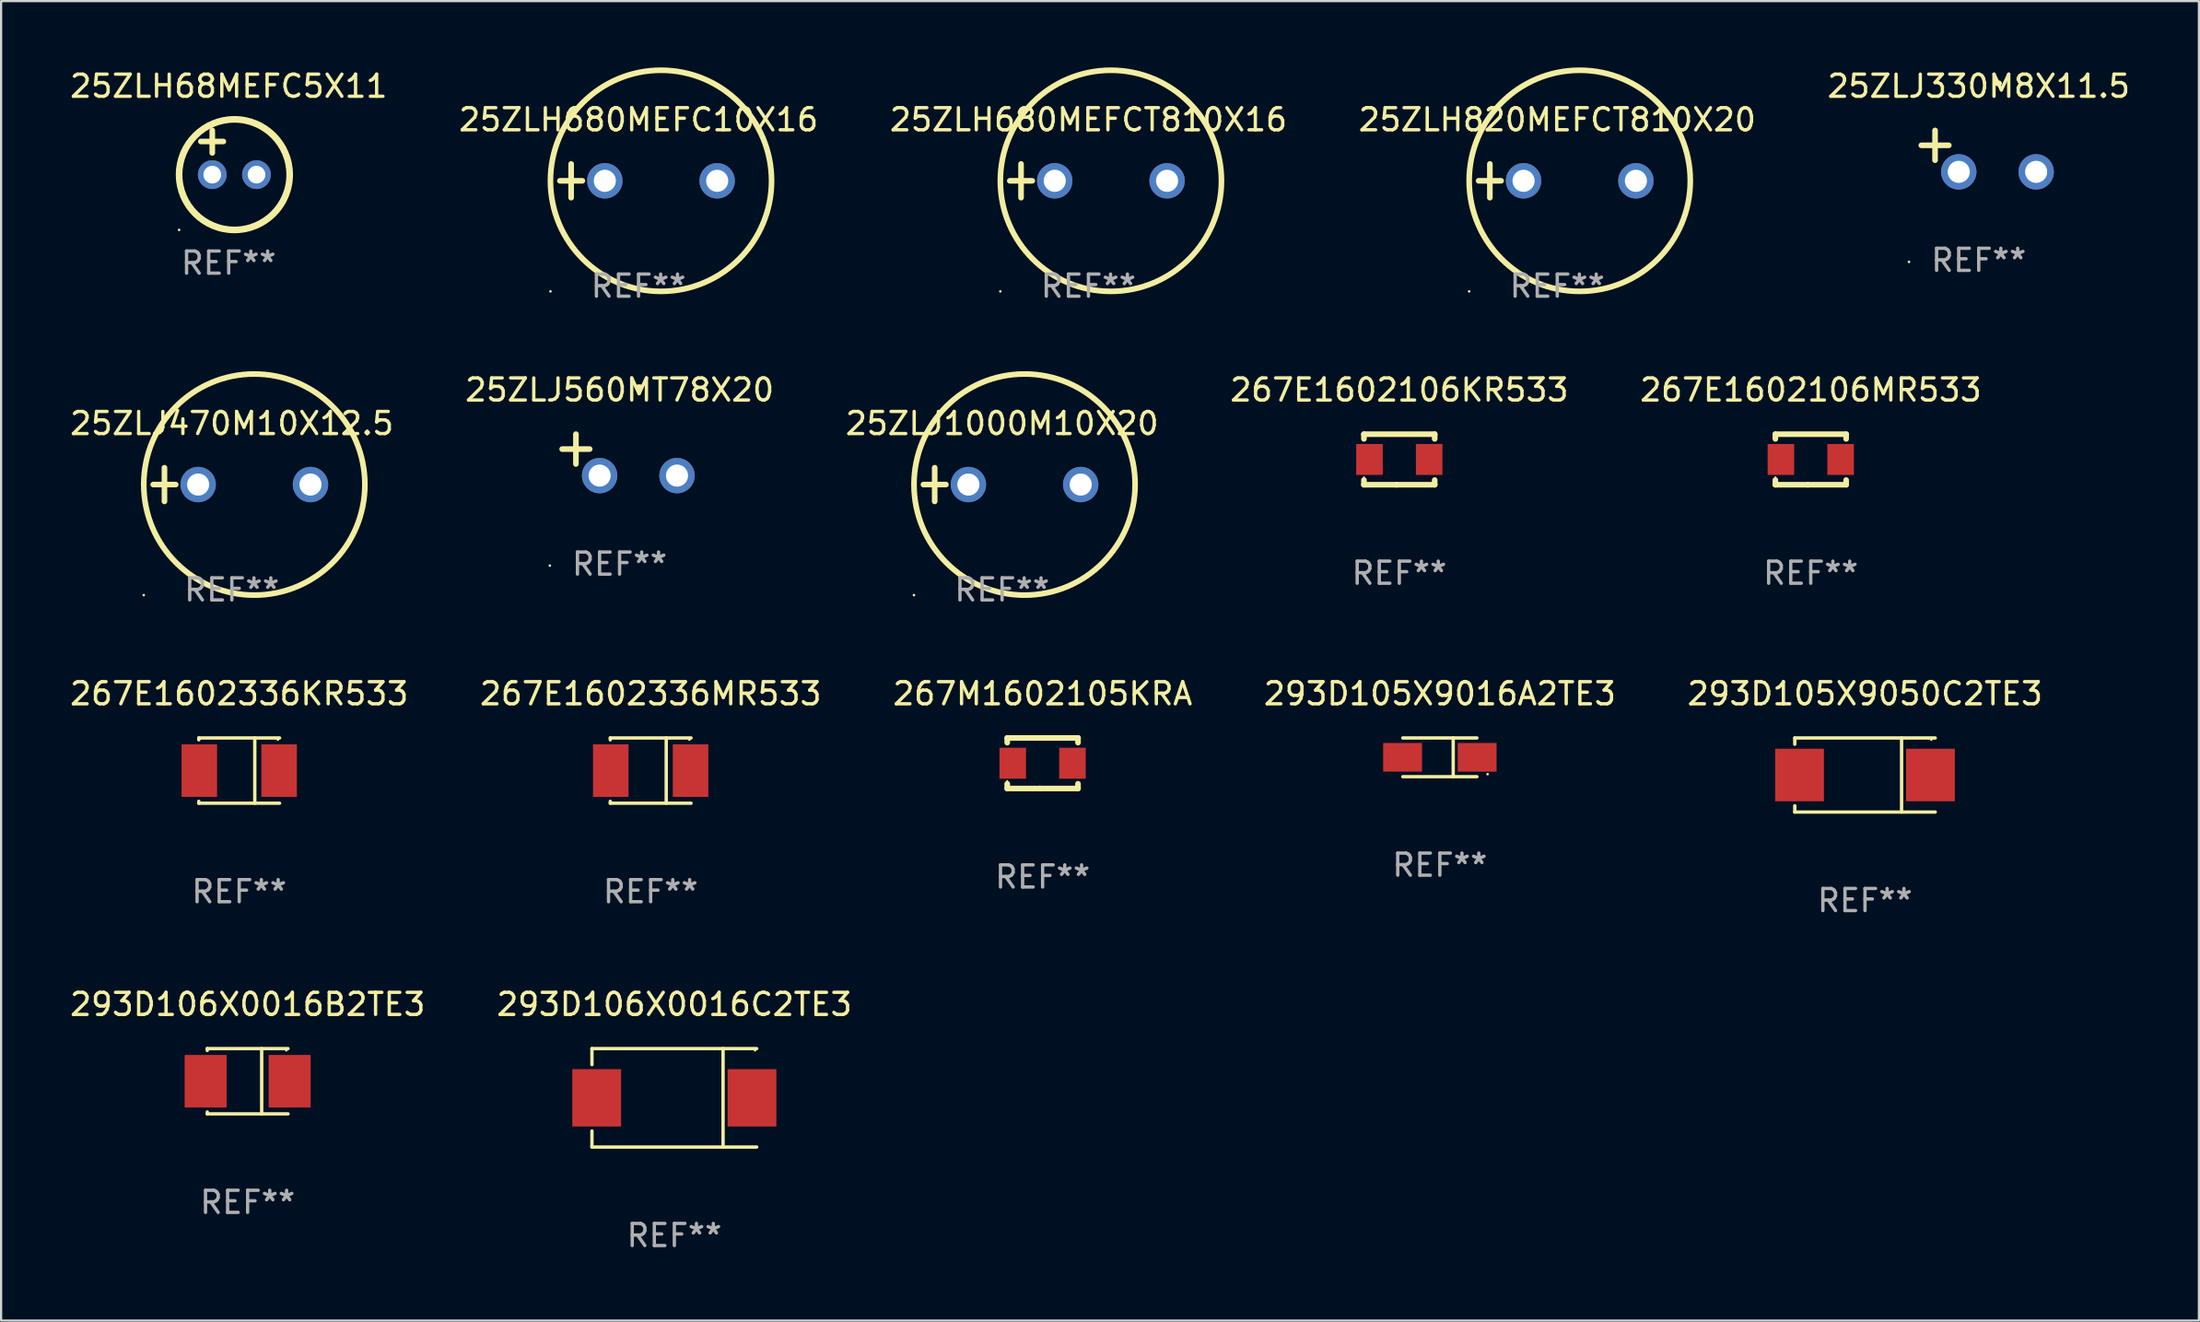
<source format=kicad_pcb>
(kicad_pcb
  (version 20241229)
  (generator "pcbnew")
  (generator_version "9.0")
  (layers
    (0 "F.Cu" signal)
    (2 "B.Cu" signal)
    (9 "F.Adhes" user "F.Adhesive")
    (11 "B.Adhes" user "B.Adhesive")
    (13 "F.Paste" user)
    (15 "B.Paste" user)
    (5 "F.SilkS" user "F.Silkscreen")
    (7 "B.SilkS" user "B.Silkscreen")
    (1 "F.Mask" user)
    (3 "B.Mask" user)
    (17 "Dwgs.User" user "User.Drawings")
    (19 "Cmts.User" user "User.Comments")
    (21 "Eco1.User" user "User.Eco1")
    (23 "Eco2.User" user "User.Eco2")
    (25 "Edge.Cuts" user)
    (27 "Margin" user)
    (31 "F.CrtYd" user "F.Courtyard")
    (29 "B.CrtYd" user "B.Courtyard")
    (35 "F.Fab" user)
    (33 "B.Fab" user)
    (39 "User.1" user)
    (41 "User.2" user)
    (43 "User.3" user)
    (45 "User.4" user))
  (footprint "25ZLJ1000M10X20"
    (layer "F.Cu")
    (at 42.268 18.864)
    (property "Reference" "25ZLJ1000M10X20" (at 0 -2.762 0) (layer "F.SilkS") (effects (font (size 1 1) (thickness 0.15))))
    (attr through_hole)
    (fp_line (start -3.556 0) (end -2.54 0) (stroke (width 0.254) (type solid)) (layer "F.SilkS"))
    (fp_line (start -3.048 -0.762) (end -3.048 0.762) (stroke (width 0.254) (type solid)) (layer "F.SilkS"))
    (fp_circle (center -3.984 5) (end -3.954 5) (stroke (width 0.06) (type solid)) (fill no) (layer "F.SilkS"))
    (fp_circle (center 1.016 0) (end 6.016 0) (stroke (width 0.254) (type solid)) (fill no) (layer "F.SilkS"))
    (fp_text user "REF**" (at 0 4.762 0) (layer "F.Fab") (effects (font (size 1 1) (thickness 0.15))))
    (pad "1" thru_hole circle (at -1.524 0) (size 1.6 1.6) (drill 1) (layers "*.Cu" "*.Mask"))
    (pad "2" thru_hole circle (at 3.556 0) (size 1.6 1.6) (drill 1) (layers "*.Cu" "*.Mask")))
  (footprint "25ZLH820MEFCT810X20"
    (layer "F.Cu")
    (at 67.375 5.127)
    (property "Reference" "25ZLH820MEFCT810X20" (at 0 -2.762 0) (layer "F.SilkS") (effects (font (size 1 1) (thickness 0.15))))
    (attr through_hole)
    (fp_line (start -3.556 0) (end -2.54 0) (stroke (width 0.254) (type solid)) (layer "F.SilkS"))
    (fp_line (start -3.048 -0.762) (end -3.048 0.762) (stroke (width 0.254) (type solid)) (layer "F.SilkS"))
    (fp_circle (center -3.984 5) (end -3.954 5) (stroke (width 0.06) (type solid)) (fill no) (layer "F.SilkS"))
    (fp_circle (center 1.016 0) (end 6.016 0) (stroke (width 0.254) (type solid)) (fill no) (layer "F.SilkS"))
    (fp_text user "REF**" (at 0 4.762 0) (layer "F.Fab") (effects (font (size 1 1) (thickness 0.15))))
    (pad "1" thru_hole circle (at -1.524 0) (size 1.6 1.6) (drill 1) (layers "*.Cu" "*.Mask"))
    (pad "2" thru_hole circle (at 3.556 0) (size 1.6 1.6) (drill 1) (layers "*.Cu" "*.Mask")))
  (footprint "267E1602106MR533"
    (layer "F.Cu")
    (at 78.839 17.729)
    (property "Reference" "267E1602106MR533" (at 0 -3.143 0) (layer "F.SilkS") (effects (font (size 1 1) (thickness 0.15))))
    (attr through_hole)
    (fp_line (start -1.6 1.143) (end -0.128 1.143) (stroke (width 0.254) (type solid)) (layer "F.SilkS"))
    (fp_line (start -1.6 -1.143) (end -1.6 -0.931) (stroke (width 0.254) (type solid)) (layer "F.SilkS"))
    (fp_line (start -1.6 -1.143) (end 1.6 -1.143) (stroke (width 0.254) (type solid)) (layer "F.SilkS"))
    (fp_line (start -1.6 0.931) (end -1.6 1.143) (stroke (width 0.254) (type solid)) (layer "F.SilkS"))
    (fp_line (start -0.128 1.143) (end -0.128 1.143) (stroke (width 0.254) (type solid)) (layer "F.SilkS"))
    (fp_line (start -0.128 1.143) (end 1.6 1.143) (stroke (width 0.254) (type solid)) (layer "F.SilkS"))
    (fp_line (start 1.6 -1.143) (end 1.6 -0.931) (stroke (width 0.254) (type solid)) (layer "F.SilkS"))
    (fp_line (start 1.6 0.931) (end 1.6 1.143) (stroke (width 0.254) (type solid)) (layer "F.SilkS"))
    (fp_circle (center -1.6 0.8) (end -1.58 0.8) (stroke (width 0.04) (type solid)) (fill no) (layer "F.SilkS"))
    (fp_text user "REF**" (at 0 5.143 0) (layer "F.Fab") (effects (font (size 1 1) (thickness 0.15))))
    (pad "1" smd rect (at -1.35 0) (size 1.2 1.4) (layers "F.Cu" "F.Mask" "F.Paste"))
    (pad "2" smd rect (at 1.35 0) (size 1.2 1.4) (layers "F.Cu" "F.Mask" "F.Paste")))
  (footprint "25ZLH68MEFC5X11"
    (layer "F.Cu")
    (at 7.292 3.848)
    (property "Reference" "25ZLH68MEFC5X11" (at 0 -3 0) (layer "F.SilkS") (effects (font (size 1 1) (thickness 0.15))))
    (attr through_hole)
    (fp_line (start -1.258 -0.5) (end -0.242 -0.5) (stroke (width 0.254) (type solid)) (layer "F.SilkS"))
    (fp_line (start -0.742 -1) (end -0.742 0.016) (stroke (width 0.254) (type solid)) (layer "F.SilkS"))
    (fp_circle (center -2.242 3.5) (end -2.212 3.5) (stroke (width 0.06) (type solid)) (fill no) (layer "F.SilkS"))
    (fp_circle (center 0.258 1) (end 2.758 1) (stroke (width 0.3) (type solid)) (fill no) (layer "F.SilkS"))
    (fp_text user "REF**" (at 0 5 0) (layer "F.Fab") (effects (font (size 1 1) (thickness 0.15))))
    (pad "1" thru_hole circle (at -0.742 1) (size 1.3 1.3) (drill 0.8) (layers "*.Cu" "*.Mask"))
    (pad "2" thru_hole circle (at 1.258 1) (size 1.3 1.3) (drill 0.8) (layers "*.Cu" "*.Mask")))
  (footprint "293D106X0016C2TE3"
    (layer "F.Cu")
    (at 27.446 46.598)
    (property "Reference" "293D106X0016C2TE3" (at 0 -4.226 0) (layer "F.SilkS") (effects (font (size 1 1) (thickness 0.15))))
    (attr through_hole)
    (fp_line (start -3.726 -2.226) (end -3.726 -1.499) (stroke (width 0.152) (type solid)) (layer "F.SilkS"))
    (fp_line (start -3.726 -2.226) (end 3.726 -2.226) (stroke (width 0.152) (type solid)) (layer "F.SilkS"))
    (fp_line (start -3.726 2.226) (end -3.726 1.499) (stroke (width 0.152) (type solid)) (layer "F.SilkS"))
    (fp_line (start -3.726 2.226) (end 3.726 2.226) (stroke (width 0.152) (type solid)) (layer "F.SilkS"))
    (fp_line (start 2.204 -2.226) (end 2.204 2.226) (stroke (width 0.152) (type solid)) (layer "F.SilkS"))
    (fp_circle (center 3.65 -2.15) (end 3.68 -2.15) (stroke (width 0.06) (type solid)) (fill no) (layer "F.SilkS"))
    (fp_text user "REF**" (at 0 6.226 0) (layer "F.Fab") (effects (font (size 1 1) (thickness 0.15))))
    (pad "1" smd rect (at 3.511 0) (size 2.207 2.592) (layers "F.Cu" "F.Mask" "F.Paste"))
    (pad "2" smd rect (at -3.511 0) (size 2.207 2.592) (layers "F.Cu" "F.Mask" "F.Paste")))
  (footprint "25ZLJ330M8X11.5"
    (layer "F.Cu")
    (at 86.435 3.785)
    (property "Reference" "25ZLJ330M8X11.5" (at 0 -2.937 0) (layer "F.SilkS") (effects (font (size 1 1) (thickness 0.15))))
    (attr through_hole)
    (fp_line (start -1.975 0.41) (end -1.975 -0.937) (stroke (width 0.254) (type solid)) (layer "F.SilkS"))
    (fp_line (start -1.353 -0.263) (end -2.597 -0.263) (stroke (width 0.254) (type solid)) (layer "F.SilkS"))
    (fp_arc (start 0.849809 -3.063957) (mid 0.885369 -3.064114) (end 0.920929 -3.063957) (stroke (width 0.254001) (type solid)) (layer "F.SilkS"))
    (fp_circle (center -3.154 5.008) (end -3.124 5.008) (stroke (width 0.06) (type solid)) (fill no) (layer "F.SilkS"))
    (fp_text user "REF**" (at 0 4.937 0) (layer "F.Fab") (effects (font (size 1 1) (thickness 0.15))))
    (pad "1" thru_hole circle (at -0.903 0.937) (size 1.6 1.6) (drill 1) (layers "*.Cu" "*.Mask"))
    (pad "2" thru_hole circle (at 2.597 0.937) (size 1.6 1.6) (drill 1) (layers "*.Cu" "*.Mask")))
  (footprint "25ZLJ470M10X12.5"
    (layer "F.Cu")
    (at 7.435 18.864)
    (property "Reference" "25ZLJ470M10X12.5" (at 0 -2.762 0) (layer "F.SilkS") (effects (font (size 1 1) (thickness 0.15))))
    (attr through_hole)
    (fp_line (start -3.556 0) (end -2.54 0) (stroke (width 0.254) (type solid)) (layer "F.SilkS"))
    (fp_line (start -3.048 -0.762) (end -3.048 0.762) (stroke (width 0.254) (type solid)) (layer "F.SilkS"))
    (fp_circle (center -3.984 5) (end -3.954 5) (stroke (width 0.06) (type solid)) (fill no) (layer "F.SilkS"))
    (fp_circle (center 1.016 0) (end 6.016 0) (stroke (width 0.254) (type solid)) (fill no) (layer "F.SilkS"))
    (fp_text user "REF**" (at 0 4.762 0) (layer "F.Fab") (effects (font (size 1 1) (thickness 0.15))))
    (pad "1" thru_hole circle (at -1.524 0) (size 1.6 1.6) (drill 1) (layers "*.Cu" "*.Mask"))
    (pad "2" thru_hole circle (at 3.556 0) (size 1.6 1.6) (drill 1) (layers "*.Cu" "*.Mask")))
  (footprint "267E1602106KR533"
    (layer "F.Cu")
    (at 60.232 17.729)
    (property "Reference" "267E1602106KR533" (at 0 -3.143 0) (layer "F.SilkS") (effects (font (size 1 1) (thickness 0.15))))
    (attr through_hole)
    (fp_line (start -1.6 1.143) (end -0.128 1.143) (stroke (width 0.254) (type solid)) (layer "F.SilkS"))
    (fp_line (start -1.6 -1.143) (end -1.6 -0.931) (stroke (width 0.254) (type solid)) (layer "F.SilkS"))
    (fp_line (start -1.6 -1.143) (end 1.6 -1.143) (stroke (width 0.254) (type solid)) (layer "F.SilkS"))
    (fp_line (start -1.6 0.931) (end -1.6 1.143) (stroke (width 0.254) (type solid)) (layer "F.SilkS"))
    (fp_line (start -0.128 1.143) (end -0.128 1.143) (stroke (width 0.254) (type solid)) (layer "F.SilkS"))
    (fp_line (start -0.128 1.143) (end 1.6 1.143) (stroke (width 0.254) (type solid)) (layer "F.SilkS"))
    (fp_line (start 1.6 -1.143) (end 1.6 -0.931) (stroke (width 0.254) (type solid)) (layer "F.SilkS"))
    (fp_line (start 1.6 0.931) (end 1.6 1.143) (stroke (width 0.254) (type solid)) (layer "F.SilkS"))
    (fp_circle (center -1.6 0.8) (end -1.58 0.8) (stroke (width 0.04) (type solid)) (fill no) (layer "F.SilkS"))
    (fp_text user "REF**" (at 0 5.143 0) (layer "F.Fab") (effects (font (size 1 1) (thickness 0.15))))
    (pad "1" smd rect (at -1.35 0) (size 1.2 1.4) (layers "F.Cu" "F.Mask" "F.Paste"))
    (pad "2" smd rect (at 1.35 0) (size 1.2 1.4) (layers "F.Cu" "F.Mask" "F.Paste")))
  (footprint "293D105X9016A2TE3"
    (layer "F.Cu")
    (at 62.065 31.199)
    (property "Reference" "293D105X9016A2TE3" (at 0 -2.876 0) (layer "F.SilkS") (effects (font (size 1 1) (thickness 0.15))))
    (attr through_hole)
    (fp_line (start -1.676 -0.876) (end 1.676 -0.876) (stroke (width 0.152) (type solid)) (layer "F.SilkS"))
    (fp_line (start -1.676 0.876) (end 1.676 0.876) (stroke (width 0.152) (type solid)) (layer "F.SilkS"))
    (fp_line (start 0.604 -0.876) (end 0.604 0.876) (stroke (width 0.152) (type solid)) (layer "F.SilkS"))
    (fp_circle (center 2.159 0.762) (end 2.189 0.762) (stroke (width 0.06) (type solid)) (fill no) (layer "F.SilkS"))
    (fp_text user "REF**" (at 0 4.876 0) (layer "F.Fab") (effects (font (size 1 1) (thickness 0.15))))
    (pad "1" smd rect (at 1.686 0) (size 1.758 1.296) (layers "F.Cu" "F.Mask" "F.Paste"))
    (pad "2" smd rect (at -1.686 0) (size 1.758 1.296) (layers "F.Cu" "F.Mask" "F.Paste")))
  (footprint "267E1602336MR533"
    (layer "F.Cu")
    (at 26.375 31.799)
    (property "Reference" "267E1602336MR533" (at 0 -3.476 0) (layer "F.SilkS") (effects (font (size 1 1) (thickness 0.15))))
    (attr through_hole)
    (fp_line (start -1.826 -1.476) (end -1.826 -1.391) (stroke (width 0.152) (type solid)) (layer "F.SilkS"))
    (fp_line (start -1.826 -1.476) (end 1.826 -1.476) (stroke (width 0.152) (type solid)) (layer "F.SilkS"))
    (fp_line (start -1.826 1.476) (end -1.826 1.391) (stroke (width 0.152) (type solid)) (layer "F.SilkS"))
    (fp_line (start -1.826 1.476) (end 1.826 1.476) (stroke (width 0.152) (type solid)) (layer "F.SilkS"))
    (fp_line (start 0.704 -1.476) (end 0.704 1.476) (stroke (width 0.152) (type solid)) (layer "F.SilkS"))
    (fp_circle (center 1.75 -1.4) (end 1.78 -1.4) (stroke (width 0.06) (type solid)) (fill no) (layer "F.SilkS"))
    (fp_text user "REF**" (at 0 5.476 0) (layer "F.Fab") (effects (font (size 1 1) (thickness 0.15))))
    (pad "1" smd rect (at 1.804 0) (size 1.607 2.376) (layers "F.Cu" "F.Mask" "F.Paste"))
    (pad "2" smd rect (at -1.804 0) (size 1.607 2.376) (layers "F.Cu" "F.Mask" "F.Paste")))
  (footprint "25ZLH680MEFCT810X16"
    (layer "F.Cu")
    (at 46.173 5.127)
    (property "Reference" "25ZLH680MEFCT810X16" (at 0 -2.762 0) (layer "F.SilkS") (effects (font (size 1 1) (thickness 0.15))))
    (attr through_hole)
    (fp_line (start -3.556 0) (end -2.54 0) (stroke (width 0.254) (type solid)) (layer "F.SilkS"))
    (fp_line (start -3.048 -0.762) (end -3.048 0.762) (stroke (width 0.254) (type solid)) (layer "F.SilkS"))
    (fp_circle (center -3.984 5) (end -3.954 5) (stroke (width 0.06) (type solid)) (fill no) (layer "F.SilkS"))
    (fp_circle (center 1.016 0) (end 6.016 0) (stroke (width 0.254) (type solid)) (fill no) (layer "F.SilkS"))
    (fp_text user "REF**" (at 0 4.762 0) (layer "F.Fab") (effects (font (size 1 1) (thickness 0.15))))
    (pad "1" thru_hole circle (at -1.524 0) (size 1.6 1.6) (drill 1) (layers "*.Cu" "*.Mask"))
    (pad "2" thru_hole circle (at 3.556 0) (size 1.6 1.6) (drill 1) (layers "*.Cu" "*.Mask")))
  (footprint "267E1602336KR533"
    (layer "F.Cu")
    (at 7.768 31.799)
    (property "Reference" "267E1602336KR533" (at 0 -3.476 0) (layer "F.SilkS") (effects (font (size 1 1) (thickness 0.15))))
    (attr through_hole)
    (fp_line (start -1.826 -1.476) (end -1.826 -1.391) (stroke (width 0.152) (type solid)) (layer "F.SilkS"))
    (fp_line (start -1.826 -1.476) (end 1.826 -1.476) (stroke (width 0.152) (type solid)) (layer "F.SilkS"))
    (fp_line (start -1.826 1.476) (end -1.826 1.391) (stroke (width 0.152) (type solid)) (layer "F.SilkS"))
    (fp_line (start -1.826 1.476) (end 1.826 1.476) (stroke (width 0.152) (type solid)) (layer "F.SilkS"))
    (fp_line (start 0.704 -1.476) (end 0.704 1.476) (stroke (width 0.152) (type solid)) (layer "F.SilkS"))
    (fp_circle (center 1.75 -1.4) (end 1.78 -1.4) (stroke (width 0.06) (type solid)) (fill no) (layer "F.SilkS"))
    (fp_text user "REF**" (at 0 5.476 0) (layer "F.Fab") (effects (font (size 1 1) (thickness 0.15))))
    (pad "1" smd rect (at 1.804 0) (size 1.607 2.376) (layers "F.Cu" "F.Mask" "F.Paste"))
    (pad "2" smd rect (at -1.804 0) (size 1.607 2.376) (layers "F.Cu" "F.Mask" "F.Paste")))
  (footprint "25ZLH680MEFC10X16"
    (layer "F.Cu")
    (at 25.827 5.127)
    (property "Reference" "25ZLH680MEFC10X16" (at 0 -2.762 0) (layer "F.SilkS") (effects (font (size 1 1) (thickness 0.15))))
    (attr through_hole)
    (fp_line (start -3.556 0) (end -2.54 0) (stroke (width 0.254) (type solid)) (layer "F.SilkS"))
    (fp_line (start -3.048 -0.762) (end -3.048 0.762) (stroke (width 0.254) (type solid)) (layer "F.SilkS"))
    (fp_circle (center -3.984 5) (end -3.954 5) (stroke (width 0.06) (type solid)) (fill no) (layer "F.SilkS"))
    (fp_circle (center 1.016 0) (end 6.016 0) (stroke (width 0.254) (type solid)) (fill no) (layer "F.SilkS"))
    (fp_text user "REF**" (at 0 4.762 0) (layer "F.Fab") (effects (font (size 1 1) (thickness 0.15))))
    (pad "1" thru_hole circle (at -1.524 0) (size 1.6 1.6) (drill 1) (layers "*.Cu" "*.Mask"))
    (pad "2" thru_hole circle (at 3.556 0) (size 1.6 1.6) (drill 1) (layers "*.Cu" "*.Mask")))
  (footprint "267M1602105KRA"
    (layer "F.Cu")
    (at 44.101 31.466)
    (property "Reference" "267M1602105KRA" (at 0 -3.143 0) (layer "F.SilkS") (effects (font (size 1 1) (thickness 0.15))))
    (attr through_hole)
    (fp_line (start -1.6 1.143) (end -0.128 1.143) (stroke (width 0.254) (type solid)) (layer "F.SilkS"))
    (fp_line (start -1.6 -1.143) (end -1.6 -0.931) (stroke (width 0.254) (type solid)) (layer "F.SilkS"))
    (fp_line (start -1.6 -1.143) (end 1.6 -1.143) (stroke (width 0.254) (type solid)) (layer "F.SilkS"))
    (fp_line (start -1.6 0.931) (end -1.6 1.143) (stroke (width 0.254) (type solid)) (layer "F.SilkS"))
    (fp_line (start -0.128 1.143) (end -0.128 1.143) (stroke (width 0.254) (type solid)) (layer "F.SilkS"))
    (fp_line (start -0.128 1.143) (end 1.6 1.143) (stroke (width 0.254) (type solid)) (layer "F.SilkS"))
    (fp_line (start 1.6 -1.143) (end 1.6 -0.931) (stroke (width 0.254) (type solid)) (layer "F.SilkS"))
    (fp_line (start 1.6 0.931) (end 1.6 1.143) (stroke (width 0.254) (type solid)) (layer "F.SilkS"))
    (fp_circle (center -1.6 0.8) (end -1.58 0.8) (stroke (width 0.04) (type solid)) (fill no) (layer "F.SilkS"))
    (fp_text user "REF**" (at 0 5.143 0) (layer "F.Fab") (effects (font (size 1 1) (thickness 0.15))))
    (pad "1" smd rect (at -1.35 0) (size 1.2 1.4) (layers "F.Cu" "F.Mask" "F.Paste"))
    (pad "2" smd rect (at 1.35 0) (size 1.2 1.4) (layers "F.Cu" "F.Mask" "F.Paste")))
  (footprint "293D106X0016B2TE3"
    (layer "F.Cu")
    (at 8.149 45.848)
    (property "Reference" "293D106X0016B2TE3" (at 0 -3.476 0) (layer "F.SilkS") (effects (font (size 1 1) (thickness 0.15))))
    (attr through_hole)
    (fp_line (start -1.826 -1.476) (end -1.826 -1.391) (stroke (width 0.152) (type solid)) (layer "F.SilkS"))
    (fp_line (start -1.826 -1.476) (end 1.826 -1.476) (stroke (width 0.152) (type solid)) (layer "F.SilkS"))
    (fp_line (start -1.826 1.476) (end -1.826 1.391) (stroke (width 0.152) (type solid)) (layer "F.SilkS"))
    (fp_line (start -1.826 1.476) (end 1.826 1.476) (stroke (width 0.152) (type solid)) (layer "F.SilkS"))
    (fp_line (start 0.635 -1.476) (end 0.635 1.476) (stroke (width 0.152) (type solid)) (layer "F.SilkS"))
    (fp_circle (center 1.75 -1.4) (end 1.78 -1.4) (stroke (width 0.06) (type solid)) (fill no) (layer "F.SilkS"))
    (fp_text user "REF**" (at 0 5.476 0) (layer "F.Fab") (effects (font (size 1 1) (thickness 0.15))))
    (pad "1" smd rect (at 1.899 0) (size 1.9 2.376) (layers "F.Cu" "F.Mask" "F.Paste"))
    (pad "2" smd rect (at -1.899 0) (size 1.9 2.376) (layers "F.Cu" "F.Mask" "F.Paste")))
  (footprint "293D105X9050C2TE3"
    (layer "F.Cu")
    (at 81.292 31.999)
    (property "Reference" "293D105X9050C2TE3" (at 0 -3.676 0) (layer "F.SilkS") (effects (font (size 1 1) (thickness 0.15))))
    (attr through_hole)
    (fp_line (start -3.176 -1.676) (end -3.176 -1.391) (stroke (width 0.152) (type solid)) (layer "F.SilkS"))
    (fp_line (start -3.176 -1.676) (end 3.176 -1.676) (stroke (width 0.152) (type solid)) (layer "F.SilkS"))
    (fp_line (start -3.176 1.676) (end -3.176 1.391) (stroke (width 0.152) (type solid)) (layer "F.SilkS"))
    (fp_line (start -3.176 1.676) (end 3.176 1.676) (stroke (width 0.152) (type solid)) (layer "F.SilkS"))
    (fp_line (start 1.654 -1.676) (end 1.654 1.676) (stroke (width 0.152) (type solid)) (layer "F.SilkS"))
    (fp_circle (center 3 -1.6) (end 3.03 -1.6) (stroke (width 0.06) (type solid)) (fill no) (layer "F.SilkS"))
    (fp_text user "REF**" (at 0 5.676 0) (layer "F.Fab") (effects (font (size 1 1) (thickness 0.15))))
    (pad "1" smd rect (at 2.961 0) (size 2.207 2.376) (layers "F.Cu" "F.Mask" "F.Paste"))
    (pad "2" smd rect (at -2.961 0) (size 2.207 2.376) (layers "F.Cu" "F.Mask" "F.Paste")))
  (footprint "25ZLJ560MT78X20"
    (layer "F.Cu")
    (at 24.97 17.522)
    (property "Reference" "25ZLJ560MT78X20" (at 0 -2.937 0) (layer "F.SilkS") (effects (font (size 1 1) (thickness 0.15))))
    (attr through_hole)
    (fp_line (start -1.975 0.41) (end -1.975 -0.937) (stroke (width 0.254) (type solid)) (layer "F.SilkS"))
    (fp_line (start -1.353 -0.263) (end -2.597 -0.263) (stroke (width 0.254) (type solid)) (layer "F.SilkS"))
    (fp_arc (start 0.849809 -3.063957) (mid 0.885369 -3.064114) (end 0.920929 -3.063957) (stroke (width 0.254001) (type solid)) (layer "F.SilkS"))
    (fp_circle (center -3.154 5.008) (end -3.124 5.008) (stroke (width 0.06) (type solid)) (fill no) (layer "F.SilkS"))
    (fp_text user "REF**" (at 0 4.937 0) (layer "F.Fab") (effects (font (size 1 1) (thickness 0.15))))
    (pad "1" thru_hole circle (at -0.903 0.937) (size 1.6 1.6) (drill 1) (layers "*.Cu" "*.Mask"))
    (pad "2" thru_hole circle (at 2.597 0.937) (size 1.6 1.6) (drill 1) (layers "*.Cu" "*.Mask")))
  (gr_rect
    (start -3 -3)
    (end 96.393 56.672)
    (stroke (width 0.1) (type default))
    (fill no)
    (layer "Edge.Cuts")))
</source>
